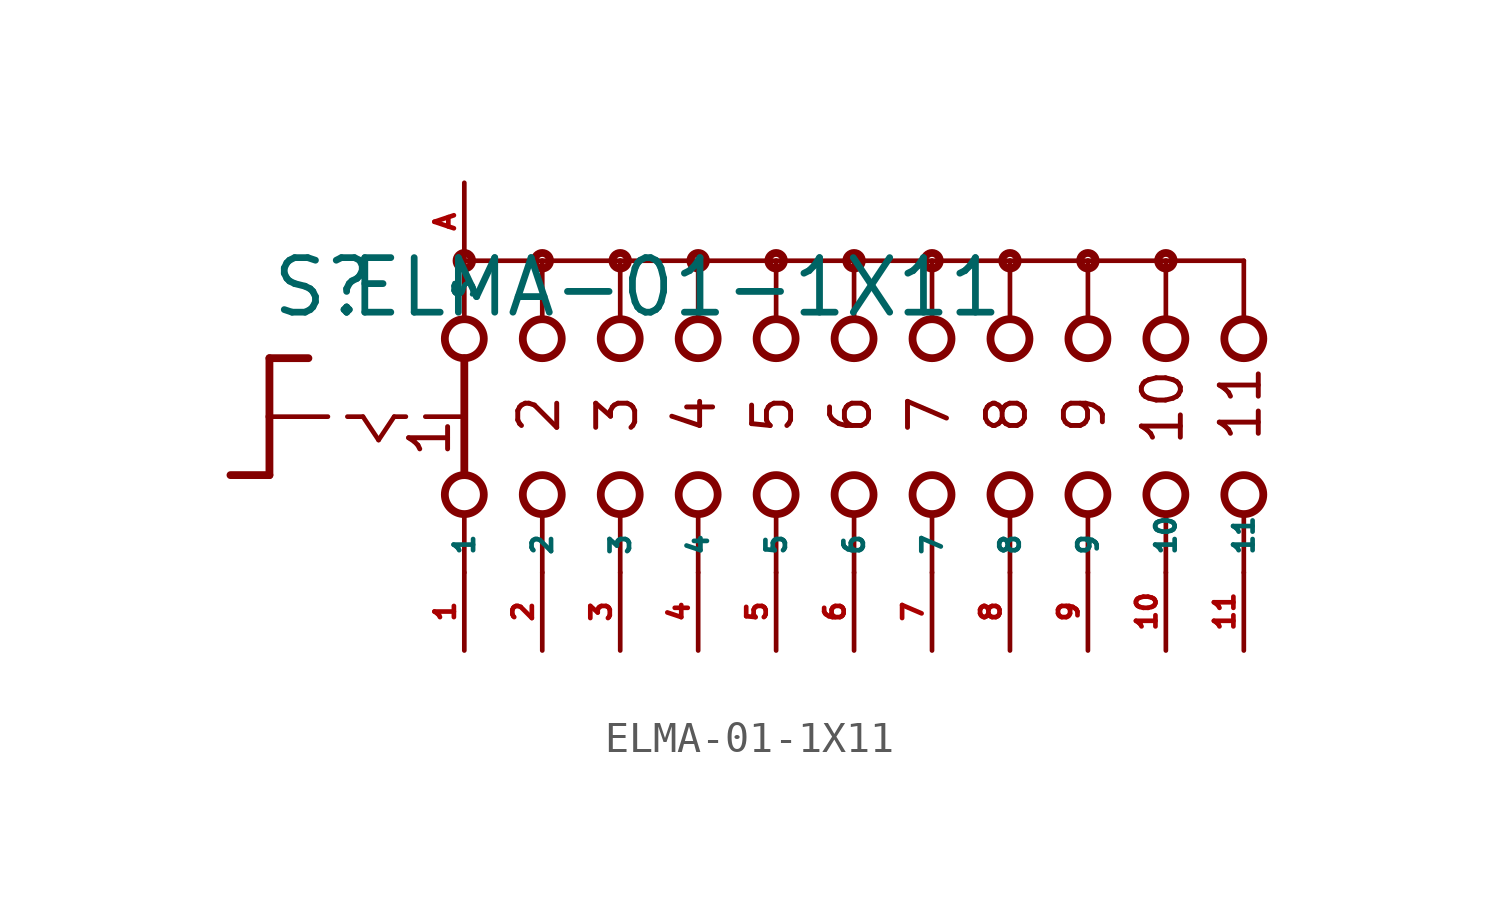
<source format=kicad_sym>
(kicad_symbol_lib
  (version 20220914)
  (generator Eagle2Kicad)
  (symbol "ELMA-01-1X11"
    (property "Reference" "S"
      (at -19.05 3.175 0)
      (effects (font (size 1.778 1.778) (thickness 0.22)) (justify left bottom)))
    (property "Value" "ELMA-01-1X11"
      (at -16.51 3.175 0)
      (effects (font (size 1.778 1.778) (thickness 0.22)) (justify left bottom)))
    (polyline
      (pts (xy -19.05 1.905) (xy -17.78 1.905))
      (stroke (width 0.254) (type default))
      (fill (type none)))
    (polyline
      (pts (xy -19.05 1.905) (xy -19.05 0))
      (stroke (width 0.254) (type default))
      (fill (type none)))
    (polyline
      (pts (xy -19.05 -1.905) (xy -20.32 -1.905))
      (stroke (width 0.254) (type default))
      (fill (type none)))
    (polyline
      (pts (xy -19.05 0) (xy -17.145 0))
      (stroke (width 0.152) (type default))
      (fill (type none)))
    (polyline
      (pts (xy -19.05 0) (xy -19.05 -1.905))
      (stroke (width 0.254) (type default))
      (fill (type none)))
    (polyline
      (pts (xy -16.51 0) (xy -16.002 0))
      (stroke (width 0.152) (type default))
      (fill (type none)))
    (polyline
      (pts (xy -14.986 0) (xy -14.605 0))
      (stroke (width 0.152) (type default))
      (fill (type none)))
    (polyline
      (pts (xy -13.97 0) (xy -12.827 0))
      (stroke (width 0.152) (type default))
      (fill (type none)))
    (polyline
      (pts (xy -16.002 0) (xy -15.494 -0.762))
      (stroke (width 0.152) (type default))
      (fill (type none)))
    (polyline
      (pts (xy -15.494 -0.762) (xy -14.986 0))
      (stroke (width 0.152) (type default))
      (fill (type none)))
    (polyline
      (pts (xy -10.16 3.175) (xy -10.16 5.08))
      (stroke (width 0.152) (type default))
      (fill (type none)))
    (polyline
      (pts (xy -7.62 3.175) (xy -7.62 5.08))
      (stroke (width 0.152) (type default))
      (fill (type none)))
    (polyline
      (pts (xy -5.08 3.175) (xy -5.08 5.08))
      (stroke (width 0.152) (type default))
      (fill (type none)))
    (polyline
      (pts (xy -10.16 -5.08) (xy -10.16 -3.175))
      (stroke (width 0.152) (type default))
      (fill (type none)))
    (polyline
      (pts (xy -7.62 -5.08) (xy -7.62 -3.175))
      (stroke (width 0.152) (type default))
      (fill (type none)))
    (polyline
      (pts (xy -5.08 -5.08) (xy -5.08 -3.175))
      (stroke (width 0.152) (type default))
      (fill (type none)))
    (polyline
      (pts (xy -7.62 5.08) (xy -10.16 5.08))
      (stroke (width 0.152) (type default))
      (fill (type none)))
    (polyline
      (pts (xy -7.62 5.08) (xy -5.08 5.08))
      (stroke (width 0.152) (type default))
      (fill (type none)))
    (polyline
      (pts (xy -2.54 -5.08) (xy -2.54 -3.175))
      (stroke (width 0.152) (type default))
      (fill (type none)))
    (polyline
      (pts (xy 0 -5.08) (xy 0 -3.175))
      (stroke (width 0.152) (type default))
      (fill (type none)))
    (polyline
      (pts (xy -2.54 3.175) (xy -2.54 5.08))
      (stroke (width 0.152) (type default))
      (fill (type none)))
    (polyline
      (pts (xy 0 3.175) (xy 0 5.08))
      (stroke (width 0.152) (type default))
      (fill (type none)))
    (polyline
      (pts (xy -5.08 5.08) (xy -2.54 5.08))
      (stroke (width 0.152) (type default))
      (fill (type none)))
    (polyline
      (pts (xy -2.54 5.08) (xy 0 5.08))
      (stroke (width 0.152) (type default))
      (fill (type none)))
    (polyline
      (pts (xy -12.7 5.08) (xy -12.7 3.175))
      (stroke (width 0.152) (type default))
      (fill (type none)))
    (polyline
      (pts (xy -12.7 1.905) (xy -12.7 -1.905))
      (stroke (width 0.254) (type default))
      (fill (type none)))
    (polyline
      (pts (xy -12.7 -3.175) (xy -12.7 -5.08))
      (stroke (width 0.152) (type default))
      (fill (type none)))
    (polyline
      (pts (xy -10.16 5.08) (xy -12.7 5.08))
      (stroke (width 0.152) (type default))
      (fill (type none)))
    (polyline
      (pts (xy 0 5.08) (xy 2.54 5.08))
      (stroke (width 0.152) (type default))
      (fill (type none)))
    (polyline
      (pts (xy 2.54 3.175) (xy 2.54 5.08))
      (stroke (width 0.152) (type default))
      (fill (type none)))
    (polyline
      (pts (xy 2.54 -5.08) (xy 2.54 -3.175))
      (stroke (width 0.152) (type default))
      (fill (type none)))
    (polyline
      (pts (xy 5.08 3.175) (xy 5.08 5.08))
      (stroke (width 0.152) (type default))
      (fill (type none)))
    (polyline
      (pts (xy 7.62 3.175) (xy 7.62 5.08))
      (stroke (width 0.152) (type default))
      (fill (type none)))
    (polyline
      (pts (xy 10.16 3.175) (xy 10.16 5.08))
      (stroke (width 0.152) (type default))
      (fill (type none)))
    (polyline
      (pts (xy 12.7 3.175) (xy 12.7 5.08))
      (stroke (width 0.152) (type default))
      (fill (type none)))
    (polyline
      (pts (xy 2.54 5.08) (xy 5.08 5.08))
      (stroke (width 0.152) (type default))
      (fill (type none)))
    (polyline
      (pts (xy 5.08 5.08) (xy 7.62 5.08))
      (stroke (width 0.152) (type default))
      (fill (type none)))
    (polyline
      (pts (xy 7.62 5.08) (xy 10.16 5.08))
      (stroke (width 0.152) (type default))
      (fill (type none)))
    (polyline
      (pts (xy 10.16 5.08) (xy 12.7 5.08))
      (stroke (width 0.152) (type default))
      (fill (type none)))
    (polyline
      (pts (xy 5.08 -5.08) (xy 5.08 -3.175))
      (stroke (width 0.152) (type default))
      (fill (type none)))
    (polyline
      (pts (xy 7.62 -5.08) (xy 7.62 -3.175))
      (stroke (width 0.152) (type default))
      (fill (type none)))
    (polyline
      (pts (xy 10.16 -5.08) (xy 10.16 -3.175))
      (stroke (width 0.152) (type default))
      (fill (type none)))
    (polyline
      (pts (xy 12.7 -5.08) (xy 12.7 -3.175))
      (stroke (width 0.152) (type default))
      (fill (type none)))
    (text "1"
      (at -13.081 -1.397 900)
      (effects (font (size 1.27 1.27) (thickness 0.16)) (justify left bottom)))
    (text "2"
      (at -9.525 -0.635 900)
      (effects (font (size 1.27 1.27) (thickness 0.16)) (justify left bottom)))
    (text "3"
      (at -6.985 -0.635 900)
      (effects (font (size 1.27 1.27) (thickness 0.16)) (justify left bottom)))
    (text "4"
      (at -4.445 -0.635 900)
      (effects (font (size 1.27 1.27) (thickness 0.16)) (justify left bottom)))
    (text "5"
      (at -1.905 -0.635 900)
      (effects (font (size 1.27 1.27) (thickness 0.16)) (justify left bottom)))
    (text "6"
      (at 0.635 -0.635 900)
      (effects (font (size 1.27 1.27) (thickness 0.16)) (justify left bottom)))
    (text "7"
      (at 3.175 -0.635 900)
      (effects (font (size 1.27 1.27) (thickness 0.16)) (justify left bottom)))
    (text "8"
      (at 5.715 -0.635 900)
      (effects (font (size 1.27 1.27) (thickness 0.16)) (justify left bottom)))
    (text "9"
      (at 8.255 -0.635 900)
      (effects (font (size 1.27 1.27) (thickness 0.16)) (justify left bottom)))
    (text "10"
      (at 10.795 -1.016 900)
      (effects (font (size 1.27 1.27) (thickness 0.16)) (justify left bottom)))
    (text "11"
      (at 13.335 -0.889 900)
      (effects (font (size 1.27 1.27) (thickness 0.16)) (justify left bottom)))
    (circle
      (center -7.62 5.08)
      (radius 0.254)
      (stroke (width 0.254) (type default))
      (fill (type none)))
    (circle
      (center -5.08 5.08)
      (radius 0.254)
      (stroke (width 0.254) (type default))
      (fill (type none)))
    (circle
      (center 0 5.08)
      (radius 0.254)
      (stroke (width 0.254) (type default))
      (fill (type none)))
    (circle
      (center -12.7 5.08)
      (radius 0.254)
      (stroke (width 0.254) (type default))
      (fill (type none)))
    (circle
      (center -10.16 5.08)
      (radius 0.254)
      (stroke (width 0.254) (type default))
      (fill (type none)))
    (circle
      (center -12.7 2.54)
      (radius 0.635)
      (stroke (width 0.254) (type default))
      (fill (type none)))
    (circle
      (center -10.16 2.54)
      (radius 0.635)
      (stroke (width 0.254) (type default))
      (fill (type none)))
    (circle
      (center -7.62 2.54)
      (radius 0.635)
      (stroke (width 0.254) (type default))
      (fill (type none)))
    (circle
      (center -12.7 -2.54)
      (radius 0.635)
      (stroke (width 0.254) (type default))
      (fill (type none)))
    (circle
      (center -10.16 -2.54)
      (radius 0.635)
      (stroke (width 0.254) (type default))
      (fill (type none)))
    (circle
      (center -7.62 -2.54)
      (radius 0.635)
      (stroke (width 0.254) (type default))
      (fill (type none)))
    (circle
      (center -2.54 5.08)
      (radius 0.254)
      (stroke (width 0.254) (type default))
      (fill (type none)))
    (circle
      (center -5.08 2.54)
      (radius 0.635)
      (stroke (width 0.254) (type default))
      (fill (type none)))
    (circle
      (center -2.54 2.54)
      (radius 0.635)
      (stroke (width 0.254) (type default))
      (fill (type none)))
    (circle
      (center -5.08 -2.54)
      (radius 0.635)
      (stroke (width 0.254) (type default))
      (fill (type none)))
    (circle
      (center -2.54 -2.54)
      (radius 0.635)
      (stroke (width 0.254) (type default))
      (fill (type none)))
    (circle
      (center 0 2.54)
      (radius 0.635)
      (stroke (width 0.254) (type default))
      (fill (type none)))
    (circle
      (center 0 -2.54)
      (radius 0.635)
      (stroke (width 0.254) (type default))
      (fill (type none)))
    (circle
      (center 2.54 5.08)
      (radius 0.254)
      (stroke (width 0.254) (type default))
      (fill (type none)))
    (circle
      (center 2.54 2.54)
      (radius 0.635)
      (stroke (width 0.254) (type default))
      (fill (type none)))
    (circle
      (center 2.54 -2.54)
      (radius 0.635)
      (stroke (width 0.254) (type default))
      (fill (type none)))
    (circle
      (center 5.08 2.54)
      (radius 0.635)
      (stroke (width 0.254) (type default))
      (fill (type none)))
    (circle
      (center 7.62 2.54)
      (radius 0.635)
      (stroke (width 0.254) (type default))
      (fill (type none)))
    (circle
      (center 10.16 2.54)
      (radius 0.635)
      (stroke (width 0.254) (type default))
      (fill (type none)))
    (circle
      (center 12.7 2.54)
      (radius 0.635)
      (stroke (width 0.254) (type default))
      (fill (type none)))
    (circle
      (center 5.08 5.08)
      (radius 0.254)
      (stroke (width 0.254) (type default))
      (fill (type none)))
    (circle
      (center 7.62 5.08)
      (radius 0.254)
      (stroke (width 0.254) (type default))
      (fill (type none)))
    (circle
      (center 10.16 5.08)
      (radius 0.254)
      (stroke (width 0.254) (type default))
      (fill (type none)))
    (circle
      (center 5.08 -2.54)
      (radius 0.635)
      (stroke (width 0.254) (type default))
      (fill (type none)))
    (circle
      (center 7.62 -2.54)
      (radius 0.635)
      (stroke (width 0.254) (type default))
      (fill (type none)))
    (circle
      (center 10.16 -2.54)
      (radius 0.635)
      (stroke (width 0.254) (type default))
      (fill (type none)))
    (circle
      (center 12.7 -2.54)
      (radius 0.635)
      (stroke (width 0.254) (type default))
      (fill (type none)))
    (pin passive line
      (at -12.7 -7.62 90)
      (length 2.54)
      (name "1" (effects (font (size 0.635 0.635) (thickness 0.08)) (justify left bottom)))
      (number "1" (effects (font (size 0.635 0.635) (thickness 0.08)) (justify left bottom))))
    (pin passive line
      (at -12.7 7.62 270)
      (length 2.54)
      (name "S" (effects (font (size 0.635 0.635) (thickness 0.08)) (justify left bottom)))
      (number "A" (effects (font (size 0.635 0.635) (thickness 0.08)) (justify left bottom))))
    (pin passive line
      (at -10.16 -7.62 90)
      (length 2.54)
      (name "2" (effects (font (size 0.635 0.635) (thickness 0.08)) (justify left bottom)))
      (number "2" (effects (font (size 0.635 0.635) (thickness 0.08)) (justify left bottom))))
    (pin passive line
      (at -7.62 -7.62 90)
      (length 2.54)
      (name "3" (effects (font (size 0.635 0.635) (thickness 0.08)) (justify left bottom)))
      (number "3" (effects (font (size 0.635 0.635) (thickness 0.08)) (justify left bottom))))
    (pin passive line
      (at -5.08 -7.62 90)
      (length 2.54)
      (name "4" (effects (font (size 0.635 0.635) (thickness 0.08)) (justify left bottom)))
      (number "4" (effects (font (size 0.635 0.635) (thickness 0.08)) (justify left bottom))))
    (pin passive line
      (at -2.54 -7.62 90)
      (length 2.54)
      (name "5" (effects (font (size 0.635 0.635) (thickness 0.08)) (justify left bottom)))
      (number "5" (effects (font (size 0.635 0.635) (thickness 0.08)) (justify left bottom))))
    (pin passive line
      (at 0 -7.62 90)
      (length 2.54)
      (name "6" (effects (font (size 0.635 0.635) (thickness 0.08)) (justify left bottom)))
      (number "6" (effects (font (size 0.635 0.635) (thickness 0.08)) (justify left bottom))))
    (pin passive line
      (at 2.54 -7.62 90)
      (length 2.54)
      (name "7" (effects (font (size 0.635 0.635) (thickness 0.08)) (justify left bottom)))
      (number "7" (effects (font (size 0.635 0.635) (thickness 0.08)) (justify left bottom))))
    (pin passive line
      (at 5.08 -7.62 90)
      (length 2.54)
      (name "8" (effects (font (size 0.635 0.635) (thickness 0.08)) (justify left bottom)))
      (number "8" (effects (font (size 0.635 0.635) (thickness 0.08)) (justify left bottom))))
    (pin passive line
      (at 7.62 -7.62 90)
      (length 2.54)
      (name "9" (effects (font (size 0.635 0.635) (thickness 0.08)) (justify left bottom)))
      (number "9" (effects (font (size 0.635 0.635) (thickness 0.08)) (justify left bottom))))
    (pin passive line
      (at 10.16 -7.62 90)
      (length 2.54)
      (name "10" (effects (font (size 0.635 0.635) (thickness 0.08)) (justify left bottom)))
      (number "10" (effects (font (size 0.635 0.635) (thickness 0.08)) (justify left bottom))))
    (pin passive line
      (at 12.7 -7.62 90)
      (length 2.54)
      (name "11" (effects (font (size 0.635 0.635) (thickness 0.08)) (justify left bottom)))
      (number "11" (effects (font (size 0.635 0.635) (thickness 0.08)) (justify left bottom))))))
</source>
